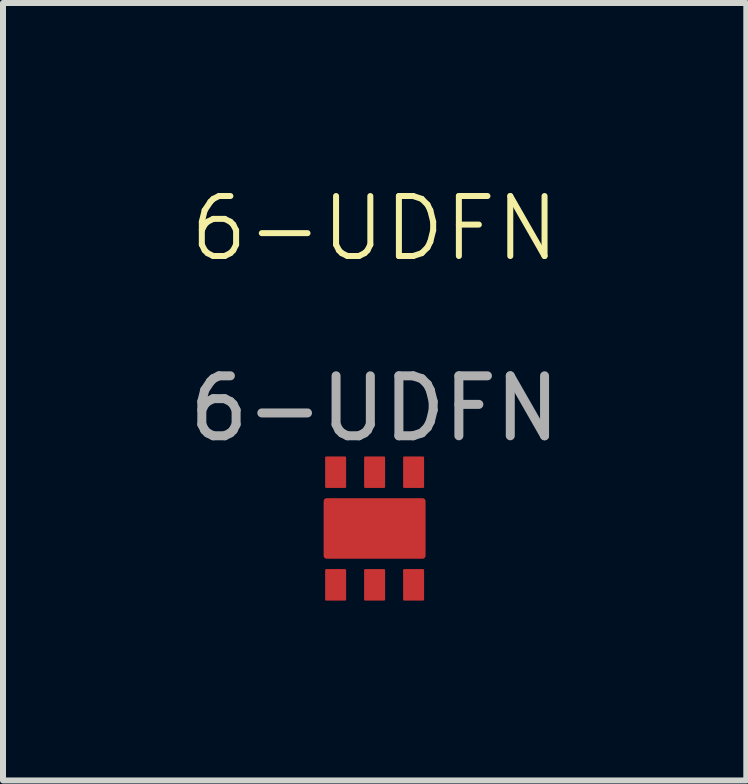
<source format=kicad_pcb>
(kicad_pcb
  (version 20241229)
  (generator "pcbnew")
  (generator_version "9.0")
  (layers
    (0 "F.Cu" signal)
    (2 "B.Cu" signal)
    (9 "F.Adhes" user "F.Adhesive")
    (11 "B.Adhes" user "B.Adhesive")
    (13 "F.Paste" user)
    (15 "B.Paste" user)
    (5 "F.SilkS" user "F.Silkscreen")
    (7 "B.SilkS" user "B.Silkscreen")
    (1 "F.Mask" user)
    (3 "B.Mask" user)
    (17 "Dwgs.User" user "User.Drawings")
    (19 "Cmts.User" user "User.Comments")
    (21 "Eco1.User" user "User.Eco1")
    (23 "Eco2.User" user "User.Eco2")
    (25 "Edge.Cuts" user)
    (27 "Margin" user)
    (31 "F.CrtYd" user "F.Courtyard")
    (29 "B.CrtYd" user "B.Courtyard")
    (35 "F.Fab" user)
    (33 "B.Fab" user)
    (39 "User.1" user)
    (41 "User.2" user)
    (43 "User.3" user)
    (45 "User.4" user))
  (footprint "6-UDFN"
    (layer "F.Cu")
    (at 3.196 5.761)
    (property "Reference" "6-UDFN" (at 0 -5 0) (unlocked yes) (layer "F.SilkS") (effects (font (size 1 1) (thickness 0.1))))
    (attr smd)
    (fp_text user "${REFERENCE}" (at 0 -2 0) (unlocked yes) (layer "F.Fab") (effects (font (size 1 1) (thickness 0.15))))
    (pad "1" smd roundrect (at -0.65 0.94 90) (size 0.525 0.35) (layers "F.Cu" "F.Mask" "F.Paste") (roundrect_rratio 0.05))
    (pad "2" smd roundrect (at 0 0.94 90) (size 0.525 0.35) (layers "F.Cu" "F.Mask" "F.Paste") (roundrect_rratio 0.05))
    (pad "3" smd roundrect (at 0.65 0.94 90) (size 0.525 0.35) (layers "F.Cu" "F.Mask" "F.Paste") (roundrect_rratio 0.05))
    (pad "4" smd roundrect (at 0.65 -0.938 270) (size 0.525 0.35) (layers "F.Cu" "F.Mask" "F.Paste") (roundrect_rratio 0.05))
    (pad "5" smd roundrect (at 0 -0.938 270) (size 0.525 0.35) (layers "F.Cu" "F.Mask" "F.Paste") (roundrect_rratio 0.05))
    (pad "6" smd roundrect (at -0.65 -0.938 270) (size 0.525 0.35) (layers "F.Cu" "F.Mask" "F.Paste") (roundrect_rratio 0.05))
    (pad "7" smd roundrect (at 0 0 180) (size 1.7 1.01) (layers "F.Cu" "F.Mask" "F.Paste") (roundrect_rratio 0.05)))
  (gr_rect
    (start -3 -3)
    (end 9.393 9.963)
    (stroke (width 0.1) (type default))
    (fill no)
    (layer "Edge.Cuts")))
</source>
